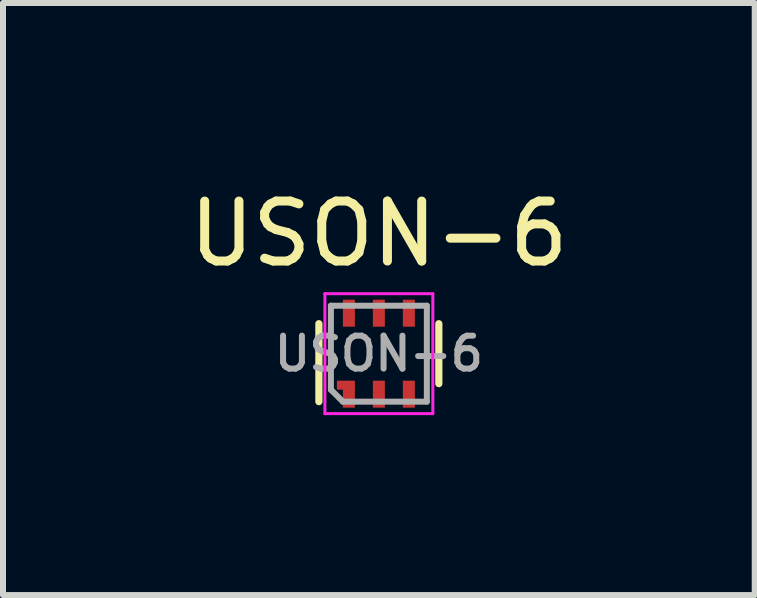
<source format=kicad_pcb>
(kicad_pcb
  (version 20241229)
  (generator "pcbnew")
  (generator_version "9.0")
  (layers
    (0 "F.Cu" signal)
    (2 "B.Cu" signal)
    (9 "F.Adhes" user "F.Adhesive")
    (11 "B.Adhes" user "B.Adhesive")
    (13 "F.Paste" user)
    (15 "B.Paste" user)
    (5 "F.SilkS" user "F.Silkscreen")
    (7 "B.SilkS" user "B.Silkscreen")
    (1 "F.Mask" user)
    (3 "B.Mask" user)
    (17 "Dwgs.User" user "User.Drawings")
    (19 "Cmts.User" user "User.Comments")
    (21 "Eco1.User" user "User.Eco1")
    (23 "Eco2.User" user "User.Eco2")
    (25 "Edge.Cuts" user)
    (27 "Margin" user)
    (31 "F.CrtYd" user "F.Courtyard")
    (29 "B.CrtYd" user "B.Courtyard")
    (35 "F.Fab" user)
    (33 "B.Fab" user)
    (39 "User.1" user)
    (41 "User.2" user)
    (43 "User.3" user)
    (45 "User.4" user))
  (footprint "USON-6"
    (layer "F.Cu")
    (at 3.268 2.848)
    (property "Reference" "USON-6" (at 0 -2 0) (layer "F.SilkS") (effects (font (size 1 1) (thickness 0.15))))
    (attr smd)
    (fp_line (start -1 -0.5) (end -1 0.8) (stroke (width 0.12) (type solid)) (layer "F.SilkS"))
    (fp_line (start 1 -0.5) (end 1 0.5) (stroke (width 0.12) (type solid)) (layer "F.SilkS"))
    (fp_line (start -0.9 -1) (end 0.9 -1) (stroke (width 0.05) (type solid)) (layer "F.CrtYd"))
    (fp_line (start -0.9 1) (end -0.9 -1) (stroke (width 0.05) (type solid)) (layer "F.CrtYd"))
    (fp_line (start 0.9 -1) (end 0.9 1) (stroke (width 0.05) (type solid)) (layer "F.CrtYd"))
    (fp_line (start 0.9 1) (end -0.9 1) (stroke (width 0.05) (type solid)) (layer "F.CrtYd"))
    (fp_line (start -0.8 -0.8) (end -0.8 0.6) (stroke (width 0.1) (type solid)) (layer "F.Fab"))
    (fp_line (start -0.8 -0.8) (end 0.8 -0.8) (stroke (width 0.1) (type solid)) (layer "F.Fab"))
    (fp_line (start -0.8 0.6) (end -0.6 0.8) (stroke (width 0.1) (type solid)) (layer "F.Fab"))
    (fp_line (start -0.6 0.8) (end 0.8 0.8) (stroke (width 0.1) (type solid)) (layer "F.Fab"))
    (fp_line (start 0.8 0.8) (end 0.8 -0.8) (stroke (width 0.1) (type solid)) (layer "F.Fab"))
    (fp_text user "${REFERENCE}" (at 0 0 180) (layer "F.Fab") (effects (font (size 0.55 0.55) (thickness 0.1))))
    (pad "1" smd custom (at -0.5 0.675) (size 0.2 0.45) (layers "F.Cu" "F.Mask" "F.Paste") (options (anchor rect)) (primitives (gr_poly (pts (xy -0.2 -0.225) (xy -0.2 -0.075) (xy -0.1 -0.075) (xy -0.1 -0.225)) (width 0) (fill yes))))
    (pad "2" smd rect (at 0 0.675) (size 0.2 0.45) (layers "F.Cu" "F.Mask" "F.Paste"))
    (pad "3" smd rect (at 0.5 0.675) (size 0.2 0.45) (layers "F.Cu" "F.Mask" "F.Paste"))
    (pad "4" smd rect (at 0.5 -0.675) (size 0.2 0.45) (layers "F.Cu" "F.Mask" "F.Paste"))
    (pad "5" smd rect (at 0 -0.675) (size 0.2 0.45) (layers "F.Cu" "F.Mask" "F.Paste"))
    (pad "6" smd rect (at -0.5 -0.675) (size 0.2 0.45) (layers "F.Cu" "F.Mask" "F.Paste")))
  (gr_rect
    (start -3 -3)
    (end 9.536 6.873)
    (stroke (width 0.1) (type default))
    (fill no)
    (layer "Edge.Cuts")))
</source>
